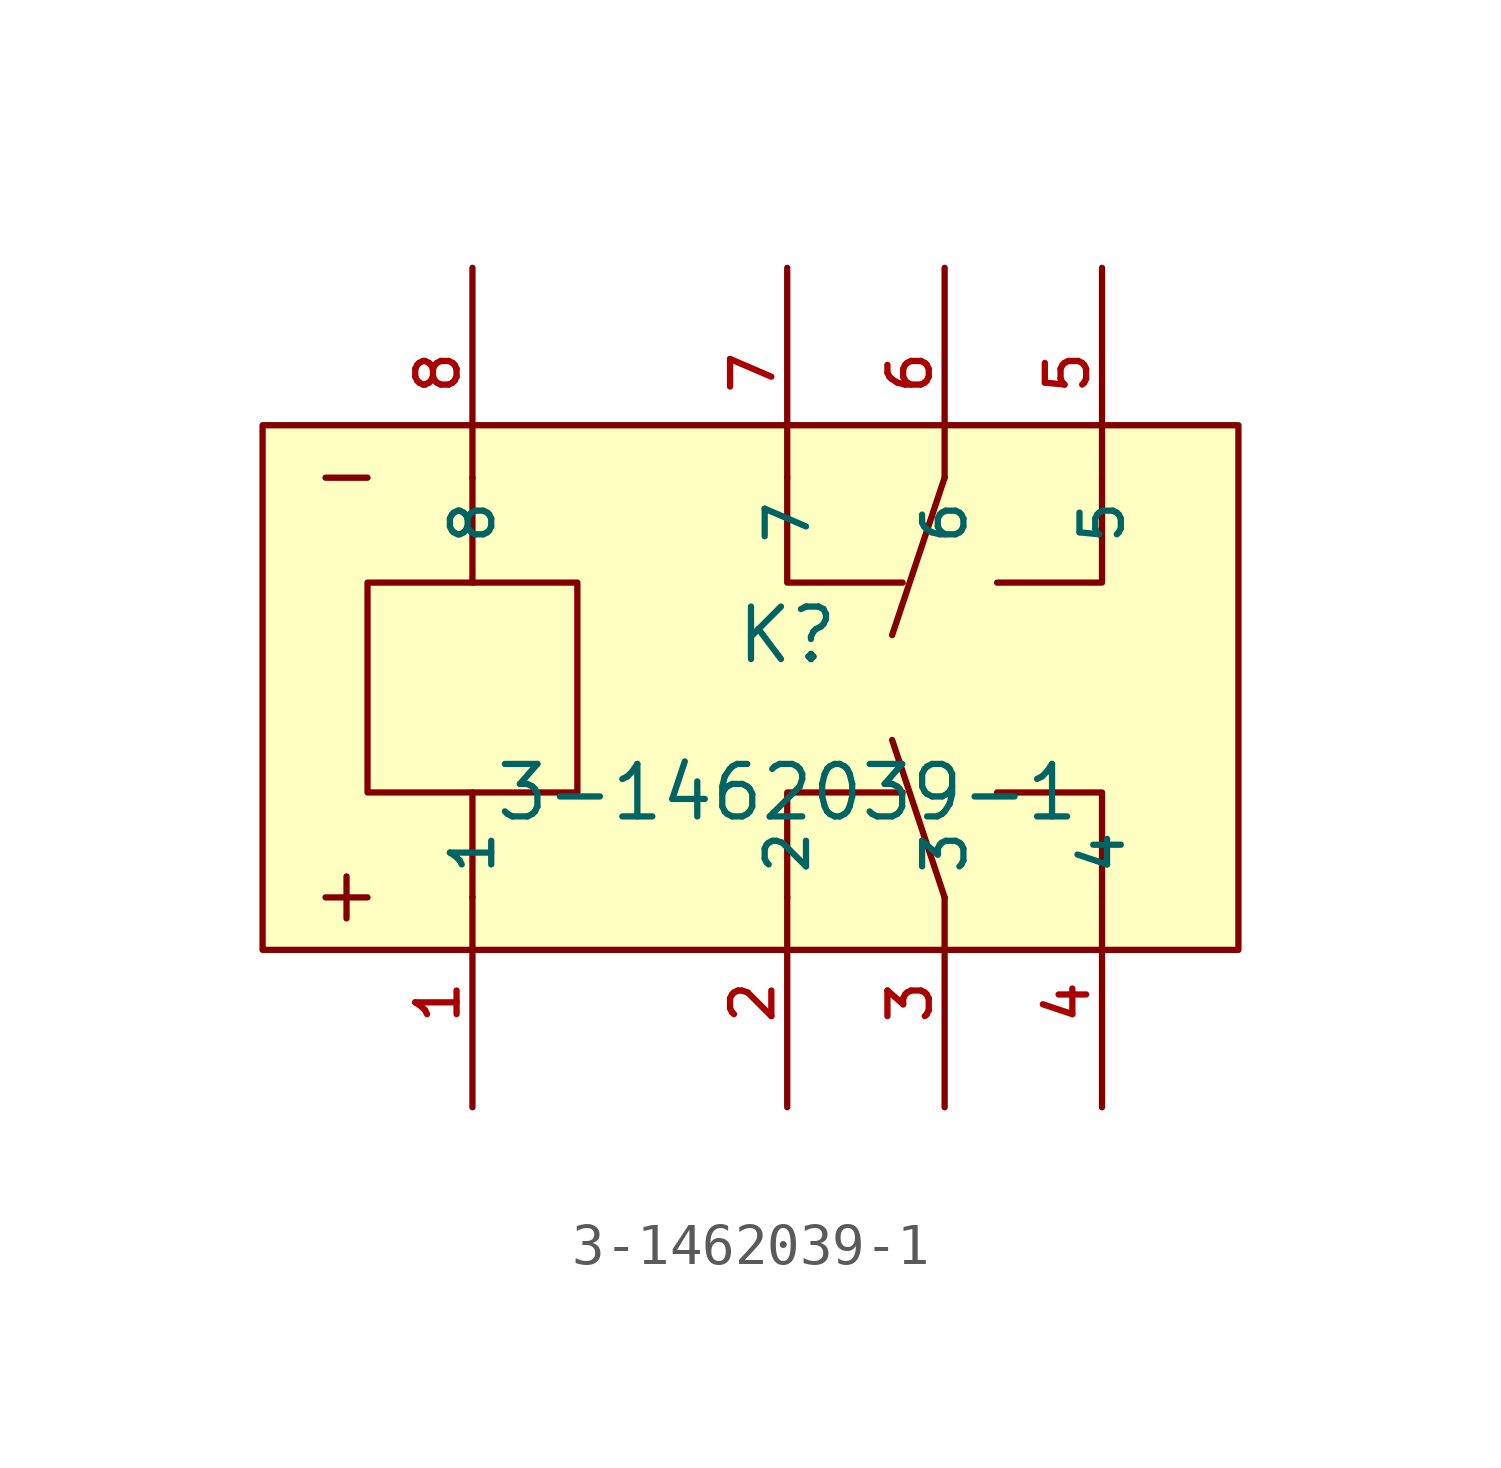
<source format=kicad_sym>
(kicad_symbol_lib
  (version 20210201)
  (generator TousstNicolas/JLC2KiCad_lib)
  (symbol "3-1462039-1"
    (property "Reference" "K"
      (at 0 1.27 0)
      (effects (font (size 1.27 1.27))))
    (property "Value" "3-1462039-1"
      (at 0 -2.54 0)
      (effects (font (size 1.27 1.27))))
    (symbol "3-1462039-1_0_1"
      (polyline (pts (xy -7.62 -5.08) (xy -7.62 -2.54)) (stroke (width 0) (type default) (color 0 0 0 0)) (fill (type none)))
      (rectangle (start -10.16 2.54) (end -5.08 -2.54) (stroke (width 0) (type default) (color 0 0 0 0)) (fill (type background)))
      (polyline (pts (xy -7.62 2.54) (xy -7.62 5.08)) (stroke (width 0) (type default) (color 0 0 0 0)) (fill (type none)))
      (polyline (pts (xy -10.16 -5.08) (xy -11.176 -5.08)) (stroke (width 0) (type default) (color 0 0 0 0)) (fill (type none)))
      (polyline (pts (xy -10.668 -4.572) (xy -10.668 -5.588)) (stroke (width 0) (type default) (color 0 0 0 0)) (fill (type none)))
      (polyline (pts (xy -10.16 5.08) (xy -11.176 5.08)) (stroke (width 0) (type default) (color 0 0 0 0)) (fill (type none)))
      (rectangle (start -12.7 6.35) (end 10.922 -6.35) (stroke (width 0) (type default) (color 0 0 0 0)) (fill (type background)))
      (pin unspecified line (at -7.62 -10.16 90) (length 5.08) (name "1" (effects (font (size 1 1)))) (number "1" (effects (font (size 1 1)))))
      (pin unspecified line (at -7.62 10.16 270) (length 5.08) (name "8" (effects (font (size 1 1)))) (number "8" (effects (font (size 1 1)))))
      (pin unspecified line (at 0.0 -10.16 90) (length 5.08) (name "2" (effects (font (size 1 1)))) (number "2" (effects (font (size 1 1)))))
      (pin unspecified line (at 3.81 -10.16 90) (length 5.08) (name "3" (effects (font (size 1 1)))) (number "3" (effects (font (size 1 1)))))
      (pin unspecified line (at 7.62 -10.16 90) (length 5.08) (name "4" (effects (font (size 1 1)))) (number "4" (effects (font (size 1 1)))))
      (pin unspecified line (at 7.62 10.16 270) (length 5.08) (name "5" (effects (font (size 1 1)))) (number "5" (effects (font (size 1 1)))))
      (pin unspecified line (at 3.81 10.16 270) (length 5.08) (name "6" (effects (font (size 1 1)))) (number "6" (effects (font (size 1 1)))))
      (pin unspecified line (at 0.0 10.16 270) (length 5.08) (name "7" (effects (font (size 1 1)))) (number "7" (effects (font (size 1 1)))))
      (polyline (pts (xy 0.0 5.08) (xy 0.0 2.54) (xy 2.794 2.54)) (stroke (width 0) (type default) (color 0 0 0 0)) (fill (type none)))
      (polyline (pts (xy 7.62 5.08) (xy 7.62 2.54) (xy 5.08 2.54)) (stroke (width 0) (type default) (color 0 0 0 0)) (fill (type none)))
      (polyline (pts (xy 0.0 -5.08) (xy 0.0 -2.54) (xy 2.794 -2.54)) (stroke (width 0) (type default) (color 0 0 0 0)) (fill (type none)))
      (polyline (pts (xy 5.08 -2.54) (xy 7.62 -2.54) (xy 7.62 -5.08)) (stroke (width 0) (type default) (color 0 0 0 0)) (fill (type none)))
      (polyline (pts (xy 3.81 -5.08) (xy 2.54 -1.27)) (stroke (width 0) (type default) (color 0 0 0 0)) (fill (type none)))
      (polyline (pts (xy 3.81 5.08) (xy 2.54 1.27)) (stroke (width 0) (type default) (color 0 0 0 0)) (fill (type none))))))
</source>
